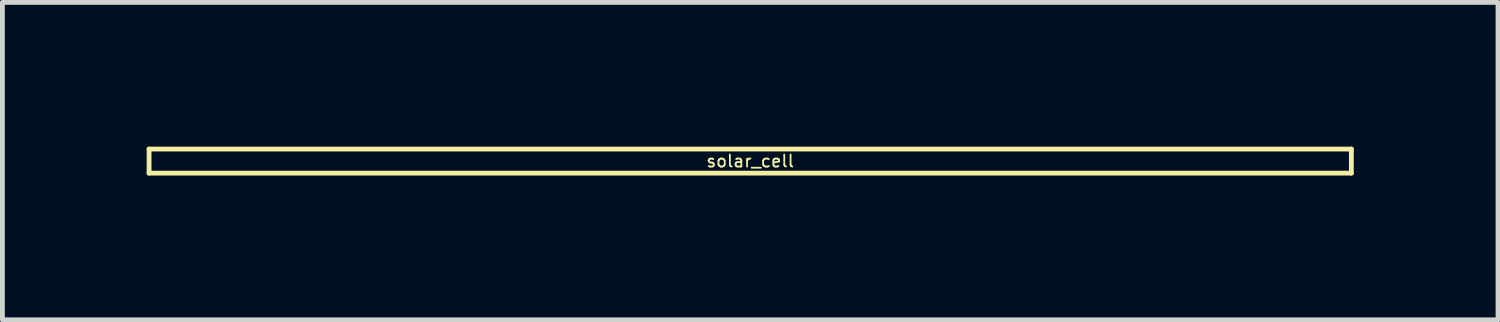
<source format=kicad_pcb>
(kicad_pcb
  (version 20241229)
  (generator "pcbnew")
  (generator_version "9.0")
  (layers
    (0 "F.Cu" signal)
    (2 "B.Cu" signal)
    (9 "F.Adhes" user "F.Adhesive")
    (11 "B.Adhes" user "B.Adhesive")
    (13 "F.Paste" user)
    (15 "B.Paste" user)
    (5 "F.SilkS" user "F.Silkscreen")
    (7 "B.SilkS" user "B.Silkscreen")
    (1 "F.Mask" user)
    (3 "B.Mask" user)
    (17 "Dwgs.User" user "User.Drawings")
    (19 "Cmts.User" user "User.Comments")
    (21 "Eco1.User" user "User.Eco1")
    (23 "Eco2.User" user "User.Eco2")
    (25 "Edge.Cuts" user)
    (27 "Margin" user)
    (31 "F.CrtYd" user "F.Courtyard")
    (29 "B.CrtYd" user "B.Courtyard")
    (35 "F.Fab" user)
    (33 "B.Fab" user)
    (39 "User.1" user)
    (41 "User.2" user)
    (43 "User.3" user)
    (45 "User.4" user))
  (footprint "solar_cell"
    (layer "F.Cu")
    (at 12.55 0.3)
    (property "Reference" "solar_cell" (at 0 0 0) (layer "F.SilkS") (effects (font (size 0.25 0.25) (thickness 0.037))))
    (attr through_hole)
    (fp_line (start -12.5 -0.25) (end -12.5 0.25) (stroke (width 0.1) (type solid)) (layer "F.SilkS"))
    (fp_line (start -12.5 0.25) (end 12.5 0.25) (stroke (width 0.1) (type solid)) (layer "F.SilkS"))
    (fp_line (start 12.5 -0.25) (end -12.5 -0.25) (stroke (width 0.1) (type solid)) (layer "F.SilkS"))
    (fp_line (start 12.5 0.25) (end 12.5 -0.25) (stroke (width 0.1) (type solid)) (layer "F.SilkS")))
  (gr_rect
    (start -3 -3)
    (end 28.1 3.6)
    (stroke (width 0.1) (type default))
    (fill no)
    (layer "Edge.Cuts")))
</source>
